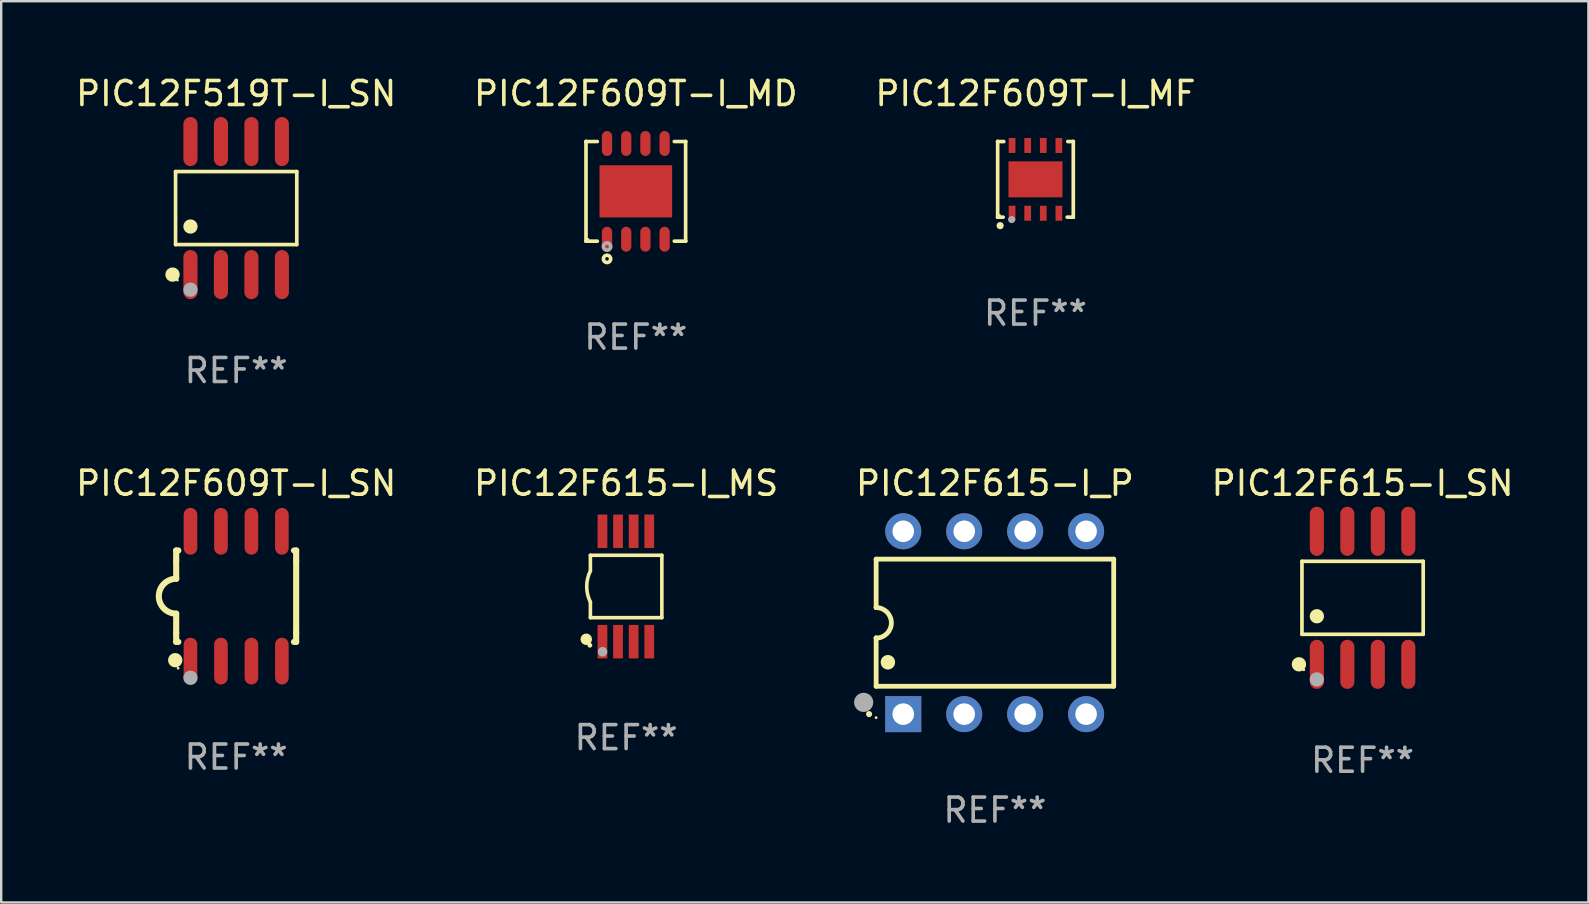
<source format=kicad_pcb>
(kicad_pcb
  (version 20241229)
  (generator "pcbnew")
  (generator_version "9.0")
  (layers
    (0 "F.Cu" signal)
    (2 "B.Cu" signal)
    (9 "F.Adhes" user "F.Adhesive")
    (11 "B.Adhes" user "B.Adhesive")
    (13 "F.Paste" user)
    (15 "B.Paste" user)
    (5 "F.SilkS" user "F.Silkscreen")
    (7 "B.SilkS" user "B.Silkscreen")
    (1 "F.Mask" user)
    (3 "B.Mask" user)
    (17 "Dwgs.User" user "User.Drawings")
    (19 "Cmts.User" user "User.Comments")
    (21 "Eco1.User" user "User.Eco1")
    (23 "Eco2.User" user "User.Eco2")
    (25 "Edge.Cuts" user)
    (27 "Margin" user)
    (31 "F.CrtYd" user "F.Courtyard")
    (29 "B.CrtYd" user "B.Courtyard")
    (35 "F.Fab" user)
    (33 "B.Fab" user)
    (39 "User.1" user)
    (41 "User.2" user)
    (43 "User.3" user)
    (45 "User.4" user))
  (footprint "PIC12F609T-I_SN"
    (layer "F.Cu")
    (at 6.792 21.795)
    (property "Reference" "PIC12F609T-I_SN" (at 0 -4.705 0) (layer "F.SilkS") (effects (font (size 1 1) (thickness 0.15))))
    (attr through_hole)
    (fp_line (start -2.5 -1.905) (end -2.409 -1.905) (stroke (width 0.254) (type solid)) (layer "F.SilkS"))
    (fp_line (start -2.5 -1.5) (end -2.5 -1.905) (stroke (width 0.254) (type solid)) (layer "F.SilkS"))
    (fp_line (start -2.5 -1.5) (end -2.5 -0.726) (stroke (width 0.254) (type solid)) (layer "F.SilkS"))
    (fp_line (start -2.5 1.5) (end -2.5 0.727) (stroke (width 0.254) (type solid)) (layer "F.SilkS"))
    (fp_line (start -2.5 1.5) (end -2.5 1.905) (stroke (width 0.254) (type solid)) (layer "F.SilkS"))
    (fp_line (start -2.5 1.905) (end -2.409 1.905) (stroke (width 0.254) (type solid)) (layer "F.SilkS"))
    (fp_line (start 2.5 -1.905) (end 2.409 -1.905) (stroke (width 0.254) (type solid)) (layer "F.SilkS"))
    (fp_line (start 2.5 -1.5) (end 2.5 -1.905) (stroke (width 0.254) (type solid)) (layer "F.SilkS"))
    (fp_line (start 2.5 -1.5) (end 2.5 1.5) (stroke (width 0.254) (type solid)) (layer "F.SilkS"))
    (fp_line (start 2.5 1.5) (end 2.5 1.905) (stroke (width 0.254) (type solid)) (layer "F.SilkS"))
    (fp_line (start 2.5 1.905) (end 2.409 1.905) (stroke (width 0.254) (type solid)) (layer "F.SilkS"))
    (fp_arc (start -2.5 0.726568) (mid -3.220316 -0.0023) (end -2.495097 -0.726289) (stroke (width 0.254001) (type solid)) (layer "F.SilkS"))
    (fp_circle (center -2.54 2.667) (end -2.39 2.667) (stroke (width 0.3) (type solid)) (fill no) (layer "F.SilkS"))
    (fp_circle (center -2.42 3) (end -2.39 3) (stroke (width 0.06) (type solid)) (fill no) (layer "F.SilkS"))
    (fp_circle (center -1.905 3.4) (end -1.755 3.4) (stroke (width 0.3) (type solid)) (fill no) (layer "F.Fab"))
    (fp_text user "REF**" (at 0 6.705 0) (layer "F.Fab") (effects (font (size 1 1) (thickness 0.15))))
    (pad "1" smd oval (at -1.905 2.705) (size 0.568 1.95) (layers "F.Cu" "F.Mask" "F.Paste"))
    (pad "2" smd oval (at -0.635 2.705) (size 0.568 1.95) (layers "F.Cu" "F.Mask" "F.Paste"))
    (pad "3" smd oval (at 0.635 2.705) (size 0.568 1.95) (layers "F.Cu" "F.Mask" "F.Paste"))
    (pad "4" smd oval (at 1.905 2.705) (size 0.568 1.95) (layers "F.Cu" "F.Mask" "F.Paste"))
    (pad "5" smd oval (at 1.905 -2.705) (size 0.568 1.95) (layers "F.Cu" "F.Mask" "F.Paste"))
    (pad "6" smd oval (at 0.635 -2.705) (size 0.568 1.95) (layers "F.Cu" "F.Mask" "F.Paste"))
    (pad "7" smd oval (at -0.635 -2.705) (size 0.568 1.95) (layers "F.Cu" "F.Mask" "F.Paste"))
    (pad "8" smd oval (at -1.905 -2.705) (size 0.568 1.95) (layers "F.Cu" "F.Mask" "F.Paste")))
  (footprint "PIC12F615-I_MS"
    (layer "F.Cu")
    (at 23.042 21.39)
    (property "Reference" "PIC12F615-I_MS" (at 0 -4.3 0) (layer "F.SilkS") (effects (font (size 1 1) (thickness 0.15))))
    (attr through_hole)
    (fp_line (start -1.489 -1.3) (end -1.489 -0.648) (stroke (width 0.15) (type solid)) (layer "F.SilkS"))
    (fp_line (start -1.489 0.648) (end -1.489 1.3) (stroke (width 0.15) (type solid)) (layer "F.SilkS"))
    (fp_line (start -1.489 1.3) (end 1.489 1.3) (stroke (width 0.15) (type solid)) (layer "F.SilkS"))
    (fp_line (start 1.489 -1.3) (end -1.489 -1.3) (stroke (width 0.15) (type solid)) (layer "F.SilkS"))
    (fp_line (start 1.489 1.3) (end 1.489 -1.3) (stroke (width 0.15) (type solid)) (layer "F.SilkS"))
    (fp_arc (start -1.489205 0.647702) (mid -1.642107 0) (end -1.489205 -0.647701) (stroke (width 0.150013) (type solid)) (layer "F.SilkS"))
    (fp_circle (center -1.661 2.2) (end -1.541 2.2) (stroke (width 0.24) (type solid)) (fill no) (layer "F.SilkS"))
    (fp_circle (center -1.511 2.45) (end -1.461 2.45) (stroke (width 0.1) (type solid)) (fill no) (layer "F.SilkS"))
    (fp_circle (center -0.981 2.72) (end -0.881 2.72) (stroke (width 0.2) (type solid)) (fill no) (layer "F.Fab"))
    (fp_text user "REF**" (at 0 6.3 0) (layer "F.Fab") (effects (font (size 1 1) (thickness 0.15))))
    (pad "1" smd rect (at -0.986 2.3) (size 0.406 1.397) (layers "F.Cu" "F.Mask" "F.Paste"))
    (pad "2" smd rect (at -0.336 2.3) (size 0.406 1.397) (layers "F.Cu" "F.Mask" "F.Paste"))
    (pad "3" smd rect (at 0.314 2.3) (size 0.406 1.397) (layers "F.Cu" "F.Mask" "F.Paste"))
    (pad "4" smd rect (at 0.964 2.3) (size 0.406 1.397) (layers "F.Cu" "F.Mask" "F.Paste"))
    (pad "5" smd rect (at 0.964 -2.3) (size 0.406 1.397) (layers "F.Cu" "F.Mask" "F.Paste"))
    (pad "6" smd rect (at 0.314 -2.3) (size 0.406 1.397) (layers "F.Cu" "F.Mask" "F.Paste"))
    (pad "7" smd rect (at -0.336 -2.3) (size 0.406 1.397) (layers "F.Cu" "F.Mask" "F.Paste"))
    (pad "8" smd rect (at -0.986 -2.3) (size 0.406 1.397) (layers "F.Cu" "F.Mask" "F.Paste")))
  (footprint "PIC12F609T-I_MD"
    (layer "F.Cu")
    (at 23.446 4.924)
    (property "Reference" "PIC12F609T-I_MD" (at 0 -4.076 0) (layer "F.SilkS") (effects (font (size 1 1) (thickness 0.15))))
    (attr through_hole)
    (fp_line (start -2.076 -2.076) (end -2.076 -2.076) (stroke (width 0.152) (type solid)) (layer "F.SilkS"))
    (fp_line (start -2.076 -2.076) (end -1.604 -2.076) (stroke (width 0.152) (type solid)) (layer "F.SilkS"))
    (fp_line (start -2.076 2.076) (end -2.076 -2.076) (stroke (width 0.152) (type solid)) (layer "F.SilkS"))
    (fp_line (start -2.076 2.076) (end -2.076 2.076) (stroke (width 0.152) (type solid)) (layer "F.SilkS"))
    (fp_line (start -1.604 2.076) (end -2.076 2.076) (stroke (width 0.152) (type solid)) (layer "F.SilkS"))
    (fp_line (start 1.604 2.076) (end 2.076 2.076) (stroke (width 0.152) (type solid)) (layer "F.SilkS"))
    (fp_line (start 2.076 -2.076) (end 1.604 -2.076) (stroke (width 0.152) (type solid)) (layer "F.SilkS"))
    (fp_line (start 2.076 -2.076) (end 2.076 -2.076) (stroke (width 0.152) (type solid)) (layer "F.SilkS"))
    (fp_line (start 2.076 2.076) (end 2.076 -2.076) (stroke (width 0.152) (type solid)) (layer "F.SilkS"))
    (fp_line (start 2.076 2.076) (end 2.076 2.076) (stroke (width 0.152) (type solid)) (layer "F.SilkS"))
    (fp_circle (center -2 2) (end -1.97 2) (stroke (width 0.06) (type solid)) (fill no) (layer "F.SilkS"))
    (fp_circle (center -1.2 2.814) (end -1.124 2.814) (stroke (width 0.153) (type solid)) (fill no) (layer "F.SilkS"))
    (fp_circle (center -1.2 2.3) (end -1.124 2.3) (stroke (width 0.153) (type solid)) (fill no) (layer "F.Fab"))
    (fp_text user "REF**" (at 0 6.076 0) (layer "F.Fab") (effects (font (size 1 1) (thickness 0.15))))
    (pad "1" smd oval (at -1.2 1.994) (size 0.427 1.039) (layers "F.Cu" "F.Mask" "F.Paste"))
    (pad "2" smd oval (at -0.4 1.994) (size 0.427 1.039) (layers "F.Cu" "F.Mask" "F.Paste"))
    (pad "3" smd oval (at 0.4 1.994) (size 0.427 1.039) (layers "F.Cu" "F.Mask" "F.Paste"))
    (pad "4" smd oval (at 1.2 1.994) (size 0.427 1.039) (layers "F.Cu" "F.Mask" "F.Paste"))
    (pad "5" smd oval (at 1.2 -1.994) (size 0.427 1.039) (layers "F.Cu" "F.Mask" "F.Paste"))
    (pad "6" smd oval (at 0.4 -1.994) (size 0.427 1.039) (layers "F.Cu" "F.Mask" "F.Paste"))
    (pad "7" smd oval (at -0.4 -1.994) (size 0.427 1.039) (layers "F.Cu" "F.Mask" "F.Paste"))
    (pad "8" smd oval (at -1.2 -1.994) (size 0.427 1.039) (layers "F.Cu" "F.Mask" "F.Paste"))
    (pad "9" smd rect (at 0 0) (size 3.025 2.175) (layers "F.Cu" "F.Mask" "F.Paste")))
  (footprint "PIC12F609T-I_MF"
    (layer "F.Cu")
    (at 40.101 4.424)
    (property "Reference" "PIC12F609T-I_MF" (at 0 -3.576 0) (layer "F.SilkS") (effects (font (size 1 1) (thickness 0.15))))
    (attr through_hole)
    (fp_line (start -1.576 -1.576) (end -1.576 -1.576) (stroke (width 0.152) (type solid)) (layer "F.SilkS"))
    (fp_line (start -1.576 -1.576) (end -1.576 1.576) (stroke (width 0.152) (type solid)) (layer "F.SilkS"))
    (fp_line (start -1.576 1.576) (end -1.576 1.576) (stroke (width 0.152) (type solid)) (layer "F.SilkS"))
    (fp_line (start -1.576 1.576) (end -1.346 1.575) (stroke (width 0.152) (type solid)) (layer "F.SilkS"))
    (fp_line (start -1.321 -1.575) (end -1.576 -1.576) (stroke (width 0.152) (type solid)) (layer "F.SilkS"))
    (fp_line (start 1.321 1.575) (end 1.576 1.576) (stroke (width 0.152) (type solid)) (layer "F.SilkS"))
    (fp_line (start 1.576 -1.576) (end 1.346 -1.575) (stroke (width 0.152) (type solid)) (layer "F.SilkS"))
    (fp_line (start 1.576 -1.576) (end 1.576 -1.576) (stroke (width 0.152) (type solid)) (layer "F.SilkS"))
    (fp_line (start 1.576 1.576) (end 1.576 -1.576) (stroke (width 0.152) (type solid)) (layer "F.SilkS"))
    (fp_line (start 1.576 1.576) (end 1.576 1.576) (stroke (width 0.152) (type solid)) (layer "F.SilkS"))
    (fp_circle (center -1.5 1.5) (end -1.47 1.5) (stroke (width 0.06) (type solid)) (fill no) (layer "F.SilkS"))
    (fp_circle (center -1.473 1.93) (end -1.398 1.93) (stroke (width 0.15) (type solid)) (fill no) (layer "F.SilkS"))
    (fp_circle (center -0.991 1.676) (end -0.916 1.676) (stroke (width 0.15) (type solid)) (fill no) (layer "F.Fab"))
    (fp_text user "REF**" (at 0 5.576 0) (layer "F.Fab") (effects (font (size 1 1) (thickness 0.15))))
    (pad "1" smd rect (at -0.975 1.412) (size 0.28 0.625) (layers "F.Cu" "F.Mask" "F.Paste"))
    (pad "2" smd rect (at -0.325 1.412) (size 0.28 0.625) (layers "F.Cu" "F.Mask" "F.Paste"))
    (pad "3" smd rect (at 0.325 1.412) (size 0.28 0.625) (layers "F.Cu" "F.Mask" "F.Paste"))
    (pad "4" smd rect (at 0.975 1.412) (size 0.28 0.625) (layers "F.Cu" "F.Mask" "F.Paste"))
    (pad "5" smd rect (at 0.975 -1.412) (size 0.28 0.625) (layers "F.Cu" "F.Mask" "F.Paste"))
    (pad "6" smd rect (at 0.325 -1.412) (size 0.28 0.625) (layers "F.Cu" "F.Mask" "F.Paste"))
    (pad "7" smd rect (at -0.325 -1.412) (size 0.28 0.625) (layers "F.Cu" "F.Mask" "F.Paste"))
    (pad "8" smd rect (at -0.975 -1.412) (size 0.28 0.625) (layers "F.Cu" "F.Mask" "F.Paste"))
    (pad "9" smd rect (at 0 0) (size 2.25 1.5) (layers "F.Cu" "F.Mask" "F.Paste")))
  (footprint "PIC12F615-I_SN"
    (layer "F.Cu")
    (at 53.732 21.862)
    (property "Reference" "PIC12F615-I_SN" (at 0 -4.772 0) (layer "F.SilkS") (effects (font (size 1 1) (thickness 0.15))))
    (attr through_hole)
    (fp_line (start -2.526 -1.521) (end 2.526 -1.521) (stroke (width 0.152) (type solid)) (layer "F.SilkS"))
    (fp_line (start -2.526 1.521) (end -2.526 -1.521) (stroke (width 0.152) (type solid)) (layer "F.SilkS"))
    (fp_line (start 2.526 -1.521) (end 2.526 1.521) (stroke (width 0.152) (type solid)) (layer "F.SilkS"))
    (fp_line (start 2.526 1.521) (end -2.526 1.521) (stroke (width 0.152) (type solid)) (layer "F.SilkS"))
    (fp_circle (center -2.652 2.772) (end -2.501 2.772) (stroke (width 0.3) (type solid)) (fill no) (layer "F.SilkS"))
    (fp_circle (center -2.45 3) (end -2.42 3) (stroke (width 0.06) (type solid)) (fill no) (layer "F.SilkS"))
    (fp_circle (center -1.905 0.769) (end -1.755 0.769) (stroke (width 0.3) (type solid)) (fill no) (layer "F.SilkS"))
    (fp_circle (center -1.905 3.4) (end -1.755 3.4) (stroke (width 0.3) (type solid)) (fill no) (layer "F.Fab"))
    (fp_text user "REF**" (at 0 6.772 0) (layer "F.Fab") (effects (font (size 1 1) (thickness 0.15))))
    (pad "1" smd oval (at -1.905 2.772) (size 0.588 2.045) (layers "F.Cu" "F.Mask" "F.Paste"))
    (pad "2" smd oval (at -0.635 2.772) (size 0.588 2.045) (layers "F.Cu" "F.Mask" "F.Paste"))
    (pad "3" smd oval (at 0.635 2.772) (size 0.588 2.045) (layers "F.Cu" "F.Mask" "F.Paste"))
    (pad "4" smd oval (at 1.905 2.772) (size 0.588 2.045) (layers "F.Cu" "F.Mask" "F.Paste"))
    (pad "5" smd oval (at 1.905 -2.772) (size 0.588 2.045) (layers "F.Cu" "F.Mask" "F.Paste"))
    (pad "6" smd oval (at 0.635 -2.772) (size 0.588 2.045) (layers "F.Cu" "F.Mask" "F.Paste"))
    (pad "7" smd oval (at -0.635 -2.772) (size 0.588 2.045) (layers "F.Cu" "F.Mask" "F.Paste"))
    (pad "8" smd oval (at -1.905 -2.772) (size 0.588 2.045) (layers "F.Cu" "F.Mask" "F.Paste")))
  (footprint "PIC12F615-I_P"
    (layer "F.Cu")
    (at 38.411 22.9)
    (property "Reference" "PIC12F615-I_P" (at 0 -5.81 0) (layer "F.SilkS") (effects (font (size 1 1) (thickness 0.15))))
    (attr through_hole)
    (fp_line (start -4.95 -2.649) (end 4.95 -2.649) (stroke (width 0.2) (type solid)) (layer "F.SilkS"))
    (fp_line (start -4.95 -0.635) (end -4.95 -2.649) (stroke (width 0.2) (type solid)) (layer "F.SilkS"))
    (fp_line (start -4.95 0.635) (end -4.95 0.64) (stroke (width 0.2) (type solid)) (layer "F.SilkS"))
    (fp_line (start -4.95 2.649) (end -4.95 0.635) (stroke (width 0.2) (type solid)) (layer "F.SilkS"))
    (fp_line (start -4.95 -0.64) (end -4.95 -0.635) (stroke (width 0.2) (type solid)) (layer "F.SilkS"))
    (fp_line (start 4.95 -2.649) (end 4.95 2.649) (stroke (width 0.2) (type solid)) (layer "F.SilkS"))
    (fp_line (start 4.95 2.649) (end -4.95 2.649) (stroke (width 0.2) (type solid)) (layer "F.SilkS"))
    (fp_arc (start -5.24511 3.810008) (mid -5.245117 3.808738) (end -5.24511 3.807468) (stroke (width 0.25) (type solid)) (layer "F.SilkS"))
    (fp_arc (start -4.950165 -0.629997) (mid -4.315164 0.005004) (end -4.950165 0.640005) (stroke (width 0.2) (type solid)) (layer "F.SilkS"))
    (fp_arc (start -4.460249 1.651003) (mid -4.46026 1.648463) (end -4.460249 1.645923) (stroke (width 0.6) (type solid)) (layer "F.SilkS"))
    (fp_circle (center -4.95 3.956) (end -4.92 3.956) (stroke (width 0.06) (type solid)) (fill no) (layer "F.SilkS"))
    (fp_circle (center -5.47 3.32) (end -5.27 3.32) (stroke (width 0.4) (type solid)) (fill no) (layer "F.Fab"))
    (fp_text user "REF**" (at 0 7.81 0) (layer "F.Fab") (effects (font (size 1 1) (thickness 0.15))))
    (pad "1" thru_hole rect (at -3.82 3.81) (size 1.5 1.5) (drill 0.9) (layers "*.Cu" "*.Mask"))
    (pad "2" thru_hole circle (at -1.28 3.81) (size 1.5 1.5) (drill 0.9) (layers "*.Cu" "*.Mask"))
    (pad "3" thru_hole circle (at 1.26 3.81) (size 1.5 1.5) (drill 0.9) (layers "*.Cu" "*.Mask"))
    (pad "4" thru_hole circle (at 3.8 3.81) (size 1.5 1.5) (drill 0.9) (layers "*.Cu" "*.Mask"))
    (pad "5" thru_hole circle (at 3.8 -3.81) (size 1.5 1.5) (drill 0.9) (layers "*.Cu" "*.Mask"))
    (pad "6" thru_hole circle (at 1.26 -3.81) (size 1.5 1.5) (drill 0.9) (layers "*.Cu" "*.Mask"))
    (pad "7" thru_hole circle (at -1.28 -3.81) (size 1.5 1.5) (drill 0.9) (layers "*.Cu" "*.Mask"))
    (pad "8" thru_hole circle (at -3.82 -3.81) (size 1.5 1.5) (drill 0.9) (layers "*.Cu" "*.Mask")))
  (footprint "PIC12F519T-I_SN"
    (layer "F.Cu")
    (at 6.792 5.621)
    (property "Reference" "PIC12F519T-I_SN" (at 0 -4.772 0) (layer "F.SilkS") (effects (font (size 1 1) (thickness 0.15))))
    (attr through_hole)
    (fp_line (start -2.526 -1.521) (end 2.526 -1.521) (stroke (width 0.152) (type solid)) (layer "F.SilkS"))
    (fp_line (start -2.526 1.521) (end -2.526 -1.521) (stroke (width 0.152) (type solid)) (layer "F.SilkS"))
    (fp_line (start 2.526 -1.521) (end 2.526 1.521) (stroke (width 0.152) (type solid)) (layer "F.SilkS"))
    (fp_line (start 2.526 1.521) (end -2.526 1.521) (stroke (width 0.152) (type solid)) (layer "F.SilkS"))
    (fp_circle (center -2.652 2.772) (end -2.501 2.772) (stroke (width 0.3) (type solid)) (fill no) (layer "F.SilkS"))
    (fp_circle (center -2.45 3) (end -2.42 3) (stroke (width 0.06) (type solid)) (fill no) (layer "F.SilkS"))
    (fp_circle (center -1.905 0.769) (end -1.755 0.769) (stroke (width 0.3) (type solid)) (fill no) (layer "F.SilkS"))
    (fp_circle (center -1.905 3.4) (end -1.755 3.4) (stroke (width 0.3) (type solid)) (fill no) (layer "F.Fab"))
    (fp_text user "REF**" (at 0 6.772 0) (layer "F.Fab") (effects (font (size 1 1) (thickness 0.15))))
    (pad "1" smd oval (at -1.905 2.772) (size 0.588 2.045) (layers "F.Cu" "F.Mask" "F.Paste"))
    (pad "2" smd oval (at -0.635 2.772) (size 0.588 2.045) (layers "F.Cu" "F.Mask" "F.Paste"))
    (pad "3" smd oval (at 0.635 2.772) (size 0.588 2.045) (layers "F.Cu" "F.Mask" "F.Paste"))
    (pad "4" smd oval (at 1.905 2.772) (size 0.588 2.045) (layers "F.Cu" "F.Mask" "F.Paste"))
    (pad "5" smd oval (at 1.905 -2.772) (size 0.588 2.045) (layers "F.Cu" "F.Mask" "F.Paste"))
    (pad "6" smd oval (at 0.635 -2.772) (size 0.588 2.045) (layers "F.Cu" "F.Mask" "F.Paste"))
    (pad "7" smd oval (at -0.635 -2.772) (size 0.588 2.045) (layers "F.Cu" "F.Mask" "F.Paste"))
    (pad "8" smd oval (at -1.905 -2.772) (size 0.588 2.045) (layers "F.Cu" "F.Mask" "F.Paste")))
  (gr_rect
    (start -3 -3)
    (end 63.143 34.558)
    (stroke (width 0.1) (type default))
    (fill no)
    (layer "Edge.Cuts")))
</source>
